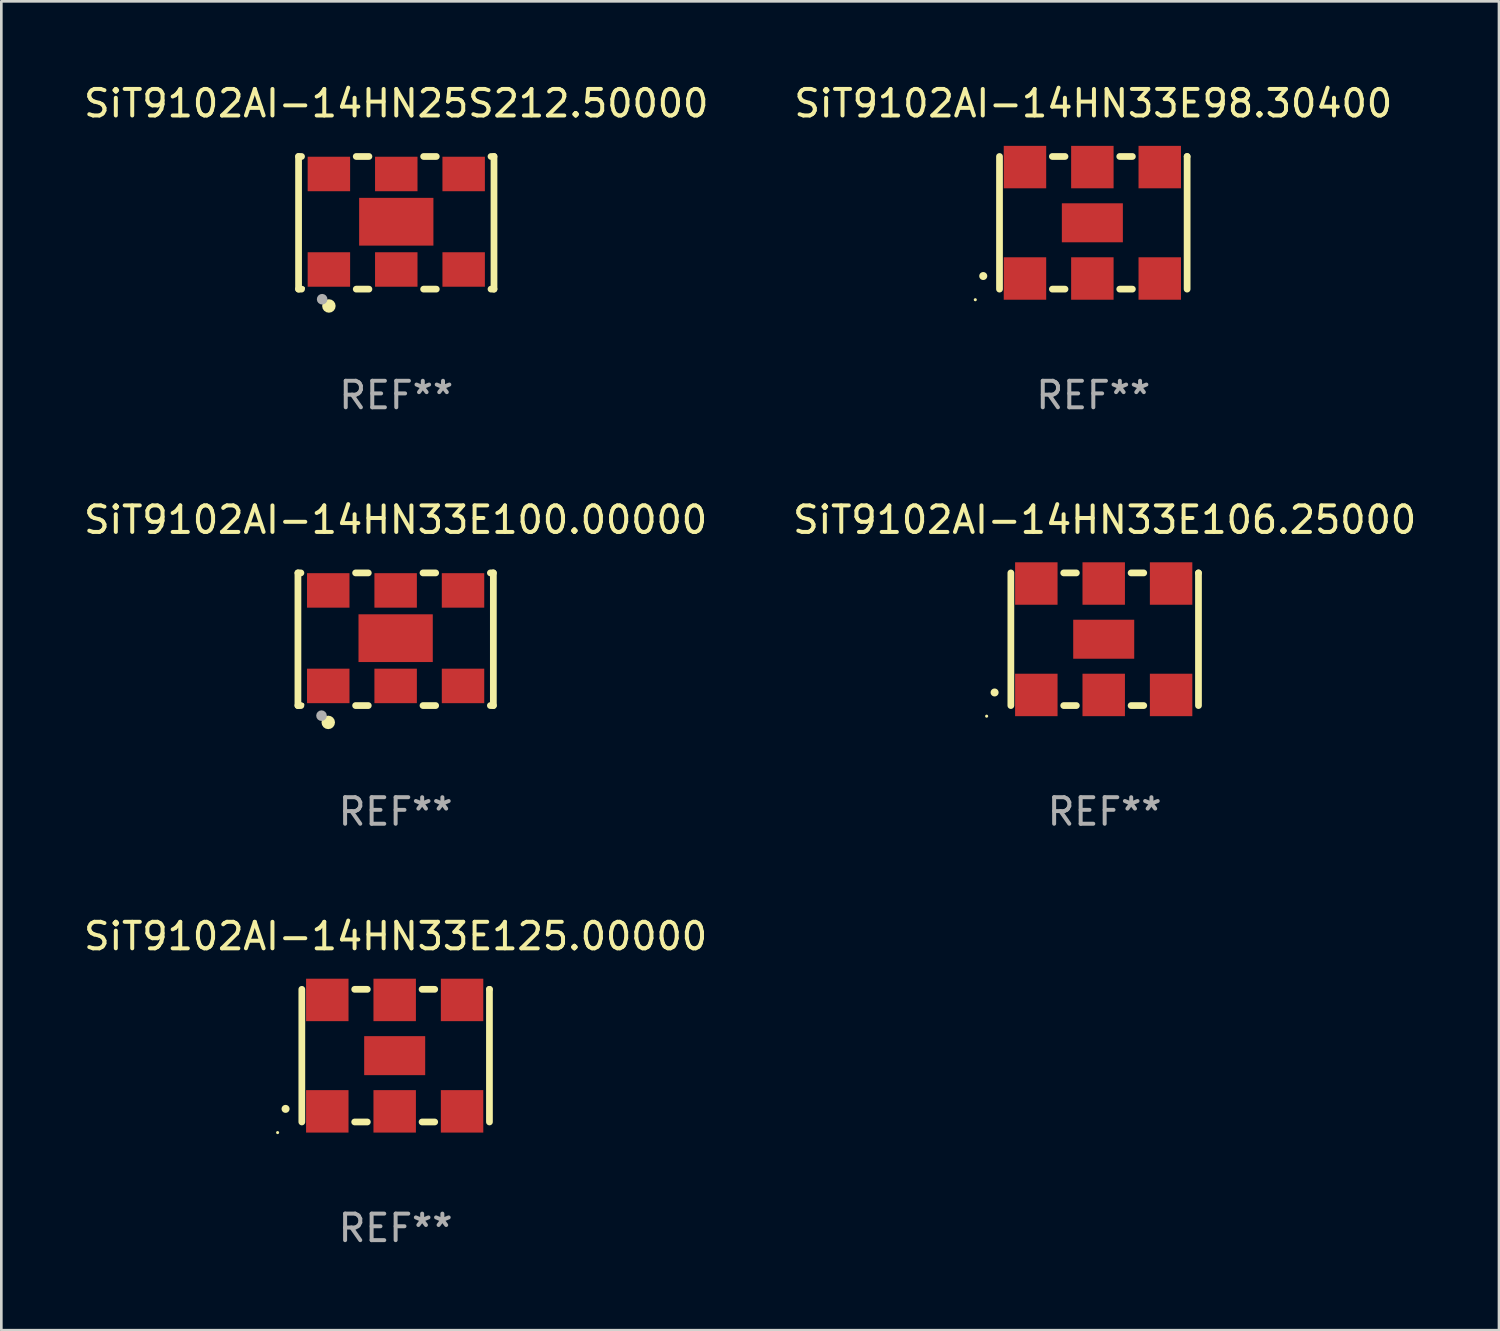
<source format=kicad_pcb>
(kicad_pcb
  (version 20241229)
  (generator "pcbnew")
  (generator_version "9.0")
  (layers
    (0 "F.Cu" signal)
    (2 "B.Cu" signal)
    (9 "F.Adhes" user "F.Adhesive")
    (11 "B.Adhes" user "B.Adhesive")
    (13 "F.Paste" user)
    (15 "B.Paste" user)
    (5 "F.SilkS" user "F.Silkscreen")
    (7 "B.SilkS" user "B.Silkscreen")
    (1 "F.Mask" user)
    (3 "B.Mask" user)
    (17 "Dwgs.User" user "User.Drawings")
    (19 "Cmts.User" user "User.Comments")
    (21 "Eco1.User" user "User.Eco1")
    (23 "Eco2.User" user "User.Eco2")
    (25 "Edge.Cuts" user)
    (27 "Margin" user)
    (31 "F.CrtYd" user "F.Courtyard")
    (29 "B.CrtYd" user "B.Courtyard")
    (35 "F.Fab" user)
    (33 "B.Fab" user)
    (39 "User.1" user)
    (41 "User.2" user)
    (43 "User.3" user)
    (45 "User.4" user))
  (footprint "SiT9102AI-14HN33E98.30400"
    (layer "F.Cu")
    (at 38.161 5.348)
    (property "Reference" "SiT9102AI-14HN33E98.30400" (at 0 -4.5 0) (layer "F.SilkS") (effects (font (size 1 1) (thickness 0.15))))
    (attr through_hole)
    (fp_line (start -3.536 -2.5) (end -3.536 2.5) (stroke (width 0.254) (type solid)) (layer "F.SilkS"))
    (fp_line (start -1.544 2.5) (end -1.067 2.5) (stroke (width 0.254) (type solid)) (layer "F.SilkS"))
    (fp_line (start -1.067 -2.5) (end -1.544 -2.5) (stroke (width 0.254) (type solid)) (layer "F.SilkS"))
    (fp_line (start 0.996 2.5) (end 1.473 2.5) (stroke (width 0.254) (type solid)) (layer "F.SilkS"))
    (fp_line (start 1.473 -2.5) (end 0.996 -2.5) (stroke (width 0.254) (type solid)) (layer "F.SilkS"))
    (fp_line (start 3.536 -2.5) (end 3.536 -2.5) (stroke (width 0.254) (type solid)) (layer "F.SilkS"))
    (fp_line (start 3.536 2.5) (end 3.536 -2.5) (stroke (width 0.254) (type solid)) (layer "F.SilkS"))
    (fp_arc (start -4.150432 2.006604) (mid -4.149162 2.006599) (end -4.147892 2.006604) (stroke (width 0.3) (type solid)) (layer "F.SilkS"))
    (fp_circle (center -4.449 2.9) (end -4.419 2.9) (stroke (width 0.06) (type solid)) (fill no) (layer "F.SilkS"))
    (fp_text user "REF**" (at 0 6.5 0) (layer "F.Fab") (effects (font (size 1 1) (thickness 0.15))))
    (pad "1" smd rect (at -2.576 2.1) (size 1.6 1.6) (layers "F.Cu" "F.Mask" "F.Paste"))
    (pad "2" smd rect (at -0.036 2.1) (size 1.6 1.6) (layers "F.Cu" "F.Mask" "F.Paste"))
    (pad "3" smd rect (at 2.504 2.1) (size 1.6 1.6) (layers "F.Cu" "F.Mask" "F.Paste"))
    (pad "4" smd rect (at 2.504 -2.1) (size 1.6 1.6) (layers "F.Cu" "F.Mask" "F.Paste"))
    (pad "5" smd rect (at -0.036 -2.1) (size 1.6 1.6) (layers "F.Cu" "F.Mask" "F.Paste"))
    (pad "6" smd rect (at -2.576 -2.1) (size 1.6 1.6) (layers "F.Cu" "F.Mask" "F.Paste"))
    (pad "7" smd rect (at -0.036 0) (size 2.3 1.47) (layers "F.Cu" "F.Mask" "F.Paste")))
  (footprint "SiT9102AI-14HN25S212.50000"
    (layer "F.Cu")
    (at 11.887 5.348)
    (property "Reference" "SiT9102AI-14HN25S212.50000" (at 0 -4.5 0) (layer "F.SilkS") (effects (font (size 1 1) (thickness 0.15))))
    (attr through_hole)
    (fp_line (start -3.683 -2.5) (end -3.571 -2.5) (stroke (width 0.254) (type solid)) (layer "F.SilkS"))
    (fp_line (start -3.683 2.5) (end -3.683 -2.5) (stroke (width 0.254) (type solid)) (layer "F.SilkS"))
    (fp_line (start -3.683 2.5) (end -3.571 2.5) (stroke (width 0.254) (type solid)) (layer "F.SilkS"))
    (fp_line (start -1.509 -2.5) (end -1.031 -2.5) (stroke (width 0.254) (type solid)) (layer "F.SilkS"))
    (fp_line (start -1.509 2.5) (end -1.031 2.5) (stroke (width 0.254) (type solid)) (layer "F.SilkS"))
    (fp_line (start 1.031 -2.5) (end 1.509 -2.5) (stroke (width 0.254) (type solid)) (layer "F.SilkS"))
    (fp_line (start 1.031 2.5) (end 1.509 2.5) (stroke (width 0.254) (type solid)) (layer "F.SilkS"))
    (fp_line (start 3.571 -2.5) (end 3.683 -2.5) (stroke (width 0.254) (type solid)) (layer "F.SilkS"))
    (fp_line (start 3.571 2.5) (end 3.683 2.5) (stroke (width 0.254) (type solid)) (layer "F.SilkS"))
    (fp_line (start 3.683 2.5) (end 3.683 -2.5) (stroke (width 0.254) (type solid)) (layer "F.SilkS"))
    (fp_circle (center -3.5 2.46) (end -3.47 2.46) (stroke (width 0.06) (type solid)) (fill no) (layer "F.SilkS"))
    (fp_circle (center -2.54 3.135) (end -2.413 3.135) (stroke (width 0.254) (type solid)) (fill no) (layer "F.SilkS"))
    (fp_circle (center -2.794 2.881) (end -2.694 2.881) (stroke (width 0.2) (type solid)) (fill no) (layer "F.Fab"))
    (fp_text user "REF**" (at 0 6.5 0) (layer "F.Fab") (effects (font (size 1 1) (thickness 0.15))))
    (pad "1" smd rect (at -2.54 1.76) (size 1.6 1.3) (layers "F.Cu" "F.Mask" "F.Paste"))
    (pad "2" smd rect (at 0 1.76) (size 1.6 1.3) (layers "F.Cu" "F.Mask" "F.Paste"))
    (pad "3" smd rect (at 2.54 1.76) (size 1.6 1.3) (layers "F.Cu" "F.Mask" "F.Paste"))
    (pad "4" smd rect (at 2.54 -1.84) (size 1.6 1.3) (layers "F.Cu" "F.Mask" "F.Paste"))
    (pad "5" smd rect (at 0 -1.84) (size 1.6 1.3) (layers "F.Cu" "F.Mask" "F.Paste"))
    (pad "6" smd rect (at -2.54 -1.84) (size 1.6 1.3) (layers "F.Cu" "F.Mask" "F.Paste"))
    (pad "7" smd rect (at 0 -0.04) (size 2.8 1.8) (layers "F.Cu" "F.Mask" "F.Paste")))
  (footprint "SiT9102AI-14HN33E106.25000"
    (layer "F.Cu")
    (at 38.589 21.045)
    (property "Reference" "SiT9102AI-14HN33E106.25000" (at 0 -4.5 0) (layer "F.SilkS") (effects (font (size 1 1) (thickness 0.15))))
    (attr through_hole)
    (fp_line (start -3.536 -2.5) (end -3.536 2.5) (stroke (width 0.254) (type solid)) (layer "F.SilkS"))
    (fp_line (start -1.544 2.5) (end -1.067 2.5) (stroke (width 0.254) (type solid)) (layer "F.SilkS"))
    (fp_line (start -1.067 -2.5) (end -1.544 -2.5) (stroke (width 0.254) (type solid)) (layer "F.SilkS"))
    (fp_line (start 0.996 2.5) (end 1.473 2.5) (stroke (width 0.254) (type solid)) (layer "F.SilkS"))
    (fp_line (start 1.473 -2.5) (end 0.996 -2.5) (stroke (width 0.254) (type solid)) (layer "F.SilkS"))
    (fp_line (start 3.536 -2.5) (end 3.536 -2.5) (stroke (width 0.254) (type solid)) (layer "F.SilkS"))
    (fp_line (start 3.536 2.5) (end 3.536 -2.5) (stroke (width 0.254) (type solid)) (layer "F.SilkS"))
    (fp_arc (start -4.150432 2.006604) (mid -4.149162 2.006599) (end -4.147892 2.006604) (stroke (width 0.3) (type solid)) (layer "F.SilkS"))
    (fp_circle (center -4.449 2.9) (end -4.419 2.9) (stroke (width 0.06) (type solid)) (fill no) (layer "F.SilkS"))
    (fp_text user "REF**" (at 0 6.5 0) (layer "F.Fab") (effects (font (size 1 1) (thickness 0.15))))
    (pad "1" smd rect (at -2.576 2.1) (size 1.6 1.6) (layers "F.Cu" "F.Mask" "F.Paste"))
    (pad "2" smd rect (at -0.036 2.1) (size 1.6 1.6) (layers "F.Cu" "F.Mask" "F.Paste"))
    (pad "3" smd rect (at 2.504 2.1) (size 1.6 1.6) (layers "F.Cu" "F.Mask" "F.Paste"))
    (pad "4" smd rect (at 2.504 -2.1) (size 1.6 1.6) (layers "F.Cu" "F.Mask" "F.Paste"))
    (pad "5" smd rect (at -0.036 -2.1) (size 1.6 1.6) (layers "F.Cu" "F.Mask" "F.Paste"))
    (pad "6" smd rect (at -2.576 -2.1) (size 1.6 1.6) (layers "F.Cu" "F.Mask" "F.Paste"))
    (pad "7" smd rect (at -0.036 0) (size 2.3 1.47) (layers "F.Cu" "F.Mask" "F.Paste")))
  (footprint "SiT9102AI-14HN33E125.00000"
    (layer "F.Cu")
    (at 11.863 36.741)
    (property "Reference" "SiT9102AI-14HN33E125.00000" (at 0 -4.5 0) (layer "F.SilkS") (effects (font (size 1 1) (thickness 0.15))))
    (attr through_hole)
    (fp_line (start -3.536 -2.5) (end -3.536 2.5) (stroke (width 0.254) (type solid)) (layer "F.SilkS"))
    (fp_line (start -1.544 2.5) (end -1.067 2.5) (stroke (width 0.254) (type solid)) (layer "F.SilkS"))
    (fp_line (start -1.067 -2.5) (end -1.544 -2.5) (stroke (width 0.254) (type solid)) (layer "F.SilkS"))
    (fp_line (start 0.996 2.5) (end 1.473 2.5) (stroke (width 0.254) (type solid)) (layer "F.SilkS"))
    (fp_line (start 1.473 -2.5) (end 0.996 -2.5) (stroke (width 0.254) (type solid)) (layer "F.SilkS"))
    (fp_line (start 3.536 -2.5) (end 3.536 -2.5) (stroke (width 0.254) (type solid)) (layer "F.SilkS"))
    (fp_line (start 3.536 2.5) (end 3.536 -2.5) (stroke (width 0.254) (type solid)) (layer "F.SilkS"))
    (fp_arc (start -4.150432 2.006604) (mid -4.149162 2.006599) (end -4.147892 2.006604) (stroke (width 0.3) (type solid)) (layer "F.SilkS"))
    (fp_circle (center -4.449 2.9) (end -4.419 2.9) (stroke (width 0.06) (type solid)) (fill no) (layer "F.SilkS"))
    (fp_text user "REF**" (at 0 6.5 0) (layer "F.Fab") (effects (font (size 1 1) (thickness 0.15))))
    (pad "1" smd rect (at -2.576 2.1) (size 1.6 1.6) (layers "F.Cu" "F.Mask" "F.Paste"))
    (pad "2" smd rect (at -0.036 2.1) (size 1.6 1.6) (layers "F.Cu" "F.Mask" "F.Paste"))
    (pad "3" smd rect (at 2.504 2.1) (size 1.6 1.6) (layers "F.Cu" "F.Mask" "F.Paste"))
    (pad "4" smd rect (at 2.504 -2.1) (size 1.6 1.6) (layers "F.Cu" "F.Mask" "F.Paste"))
    (pad "5" smd rect (at -0.036 -2.1) (size 1.6 1.6) (layers "F.Cu" "F.Mask" "F.Paste"))
    (pad "6" smd rect (at -2.576 -2.1) (size 1.6 1.6) (layers "F.Cu" "F.Mask" "F.Paste"))
    (pad "7" smd rect (at -0.036 0) (size 2.3 1.47) (layers "F.Cu" "F.Mask" "F.Paste")))
  (footprint "SiT9102AI-14HN33E100.00000"
    (layer "F.Cu")
    (at 11.863 21.045)
    (property "Reference" "SiT9102AI-14HN33E100.00000" (at 0 -4.5 0) (layer "F.SilkS") (effects (font (size 1 1) (thickness 0.15))))
    (attr through_hole)
    (fp_line (start -3.683 -2.5) (end -3.571 -2.5) (stroke (width 0.254) (type solid)) (layer "F.SilkS"))
    (fp_line (start -3.683 2.5) (end -3.683 -2.5) (stroke (width 0.254) (type solid)) (layer "F.SilkS"))
    (fp_line (start -3.683 2.5) (end -3.571 2.5) (stroke (width 0.254) (type solid)) (layer "F.SilkS"))
    (fp_line (start -1.509 -2.5) (end -1.031 -2.5) (stroke (width 0.254) (type solid)) (layer "F.SilkS"))
    (fp_line (start -1.509 2.5) (end -1.031 2.5) (stroke (width 0.254) (type solid)) (layer "F.SilkS"))
    (fp_line (start 1.031 -2.5) (end 1.509 -2.5) (stroke (width 0.254) (type solid)) (layer "F.SilkS"))
    (fp_line (start 1.031 2.5) (end 1.509 2.5) (stroke (width 0.254) (type solid)) (layer "F.SilkS"))
    (fp_line (start 3.571 -2.5) (end 3.683 -2.5) (stroke (width 0.254) (type solid)) (layer "F.SilkS"))
    (fp_line (start 3.571 2.5) (end 3.683 2.5) (stroke (width 0.254) (type solid)) (layer "F.SilkS"))
    (fp_line (start 3.683 2.5) (end 3.683 -2.5) (stroke (width 0.254) (type solid)) (layer "F.SilkS"))
    (fp_circle (center -3.5 2.46) (end -3.47 2.46) (stroke (width 0.06) (type solid)) (fill no) (layer "F.SilkS"))
    (fp_circle (center -2.54 3.135) (end -2.413 3.135) (stroke (width 0.254) (type solid)) (fill no) (layer "F.SilkS"))
    (fp_circle (center -2.794 2.881) (end -2.694 2.881) (stroke (width 0.2) (type solid)) (fill no) (layer "F.Fab"))
    (fp_text user "REF**" (at 0 6.5 0) (layer "F.Fab") (effects (font (size 1 1) (thickness 0.15))))
    (pad "1" smd rect (at -2.54 1.76) (size 1.6 1.3) (layers "F.Cu" "F.Mask" "F.Paste"))
    (pad "2" smd rect (at 0 1.76) (size 1.6 1.3) (layers "F.Cu" "F.Mask" "F.Paste"))
    (pad "3" smd rect (at 2.54 1.76) (size 1.6 1.3) (layers "F.Cu" "F.Mask" "F.Paste"))
    (pad "4" smd rect (at 2.54 -1.84) (size 1.6 1.3) (layers "F.Cu" "F.Mask" "F.Paste"))
    (pad "5" smd rect (at 0 -1.84) (size 1.6 1.3) (layers "F.Cu" "F.Mask" "F.Paste"))
    (pad "6" smd rect (at -2.54 -1.84) (size 1.6 1.3) (layers "F.Cu" "F.Mask" "F.Paste"))
    (pad "7" smd rect (at 0 -0.04) (size 2.8 1.8) (layers "F.Cu" "F.Mask" "F.Paste")))
  (gr_rect
    (start -3 -3)
    (end 53.452 47.09)
    (stroke (width 0.1) (type default))
    (fill no)
    (layer "Edge.Cuts")))
</source>
